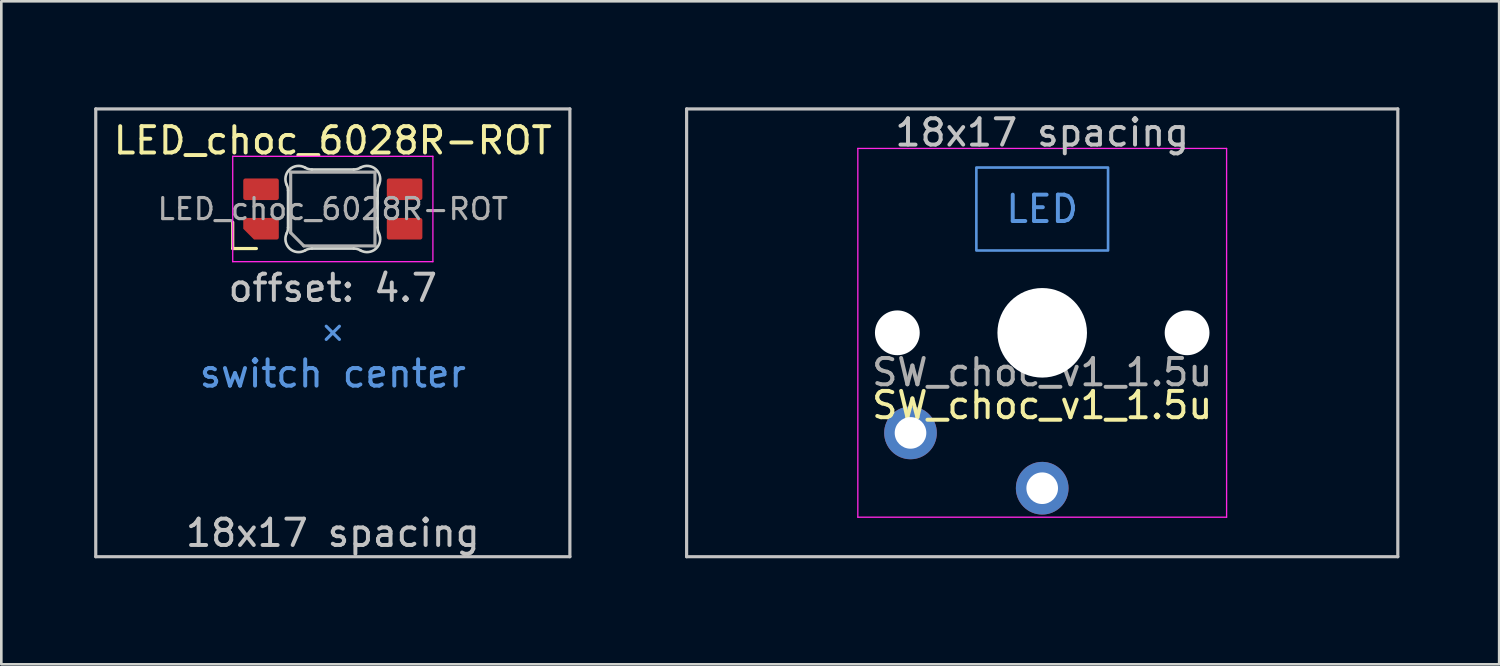
<source format=kicad_pcb>
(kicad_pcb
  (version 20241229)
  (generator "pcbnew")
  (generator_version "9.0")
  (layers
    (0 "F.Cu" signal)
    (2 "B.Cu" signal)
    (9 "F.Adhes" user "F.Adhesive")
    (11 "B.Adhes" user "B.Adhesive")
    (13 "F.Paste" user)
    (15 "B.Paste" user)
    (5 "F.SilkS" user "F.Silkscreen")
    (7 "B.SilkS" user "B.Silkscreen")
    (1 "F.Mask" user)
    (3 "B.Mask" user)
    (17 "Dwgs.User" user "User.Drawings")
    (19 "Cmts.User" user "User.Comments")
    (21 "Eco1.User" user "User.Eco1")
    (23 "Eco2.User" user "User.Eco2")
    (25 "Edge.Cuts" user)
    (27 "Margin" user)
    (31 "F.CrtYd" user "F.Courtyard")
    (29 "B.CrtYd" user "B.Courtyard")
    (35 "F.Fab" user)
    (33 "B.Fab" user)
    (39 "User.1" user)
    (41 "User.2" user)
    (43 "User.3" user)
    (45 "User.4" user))
  (footprint "LED_choc_6028R-ROT"
    (layer "F.Cu")
    (at 9.585 4.885)
    (property "Reference" "LED_choc_6028R-ROT" (at 0 -2.6 180) (layer "F.SilkS") (effects (font (size 1 1) (thickness 0.15))))
    (attr smd)
    (fp_line (start -3.8 0.5) (end -3.8 1.5) (stroke (width 0.12) (type solid)) (layer "F.SilkS"))
    (fp_line (start -3.8 1.5) (end -2.9 1.5) (stroke (width 0.12) (type solid)) (layer "F.SilkS"))
    (fp_line (start -9 -3.8) (end -9 13.2) (stroke (width 0.12) (type solid)) (layer "Dwgs.User"))
    (fp_line (start -9 13.2) (end 9 13.2) (stroke (width 0.12) (type solid)) (layer "Dwgs.User"))
    (fp_line (start 9 -3.8) (end -9 -3.8) (stroke (width 0.12) (type solid)) (layer "Dwgs.User"))
    (fp_line (start 9 13.2) (end 9 -3.8) (stroke (width 0.12) (type solid)) (layer "Dwgs.User"))
    (fp_line (start -0.25 4.45) (end 0 4.7) (stroke (width 0.12) (type solid)) (layer "Cmts.User"))
    (fp_line (start 0 4.7) (end -0.25 4.95) (stroke (width 0.12) (type solid)) (layer "Cmts.User"))
    (fp_line (start 0 4.7) (end 0.25 4.95) (stroke (width 0.12) (type solid)) (layer "Cmts.User"))
    (fp_line (start 0.25 4.45) (end 0 4.7) (stroke (width 0.12) (type solid)) (layer "Cmts.User"))
    (fp_line (start -9.525 -4.825) (end 9.525 -4.825) (stroke (width 0.12) (type solid)) (layer "Eco1.User"))
    (fp_line (start -9.525 14.225) (end -9.525 -4.825) (stroke (width 0.12) (type solid)) (layer "Eco1.User"))
    (fp_line (start 9.525 -4.825) (end 9.525 14.225) (stroke (width 0.12) (type solid)) (layer "Eco1.User"))
    (fp_line (start 9.525 14.225) (end -9.525 14.225) (stroke (width 0.12) (type solid)) (layer "Eco1.User"))
    (fp_line (start -1.7 -0.703) (end -1.7 0.703) (stroke (width 0.1) (type solid)) (layer "Edge.Cuts"))
    (fp_line (start -0.794 1.5) (end 0.794 1.5) (stroke (width 0.1) (type solid)) (layer "Edge.Cuts"))
    (fp_line (start 0.794 -1.5) (end -0.794 -1.5) (stroke (width 0.1) (type solid)) (layer "Edge.Cuts"))
    (fp_line (start 1.7 0.703) (end 1.7 -0.703) (stroke (width 0.1) (type solid)) (layer "Edge.Cuts"))
    (fp_arc (start -1.749484 -0.919721) (mid -1.712527 -0.814069) (end -1.699999 -0.702844) (stroke (width 0.1) (type solid)) (layer "Edge.Cuts"))
    (fp_arc (start -1.749484 -0.919721) (mid -1.63807 -1.504035) (end -1.046711 -1.568299) (stroke (width 0.1) (type solid)) (layer "Edge.Cuts"))
    (fp_arc (start -1.699999 0.702841) (mid -1.712527 0.814067) (end -1.749484 0.919719) (stroke (width 0.1) (type solid)) (layer "Edge.Cuts"))
    (fp_arc (start -1.046711 1.568298) (mid -1.638072 1.504034) (end -1.749484 0.919718) (stroke (width 0.1) (type solid)) (layer "Edge.Cuts"))
    (fp_arc (start -1.046711 1.568298) (mid -0.925123 1.517376) (end -0.794452 1.499999) (stroke (width 0.1) (type solid)) (layer "Edge.Cuts"))
    (fp_arc (start -0.794453 -1.5) (mid -0.925123 -1.517377) (end -1.046711 -1.568299) (stroke (width 0.1) (type solid)) (layer "Edge.Cuts"))
    (fp_arc (start 0.794452 1.499999) (mid 0.925122 1.517376) (end 1.04671 1.568298) (stroke (width 0.1) (type solid)) (layer "Edge.Cuts"))
    (fp_arc (start 1.046711 -1.5683) (mid 0.925123 -1.517378) (end 0.794453 -1.500001) (stroke (width 0.1) (type solid)) (layer "Edge.Cuts"))
    (fp_arc (start 1.046711 -1.5683) (mid 1.638071 -1.504036) (end 1.749484 -0.919721) (stroke (width 0.1) (type solid)) (layer "Edge.Cuts"))
    (fp_arc (start 1.699999 -0.702843) (mid 1.712527 -0.814069) (end 1.749484 -0.919721) (stroke (width 0.1) (type solid)) (layer "Edge.Cuts"))
    (fp_arc (start 1.749484 0.919719) (mid 1.63807 1.504033) (end 1.046711 1.568296) (stroke (width 0.1) (type solid)) (layer "Edge.Cuts"))
    (fp_arc (start 1.749484 0.919719) (mid 1.712527 0.814067) (end 1.699999 0.702842) (stroke (width 0.1) (type solid)) (layer "Edge.Cuts"))
    (fp_line (start -3.8 -2) (end 3.8 -2) (stroke (width 0.05) (type solid)) (layer "F.CrtYd"))
    (fp_line (start -3.8 2) (end -3.8 -2) (stroke (width 0.05) (type solid)) (layer "F.CrtYd"))
    (fp_line (start 3.8 -2) (end 3.8 2) (stroke (width 0.05) (type solid)) (layer "F.CrtYd"))
    (fp_line (start 3.8 2) (end -3.8 2) (stroke (width 0.05) (type solid)) (layer "F.CrtYd"))
    (fp_line (start -1.6 -1.4) (end 1.6 -1.4) (stroke (width 0.12) (type solid)) (layer "F.Fab"))
    (fp_line (start -1.6 0.9) (end -1.6 -1.4) (stroke (width 0.12) (type solid)) (layer "F.Fab"))
    (fp_line (start -1.6 0.9) (end -1.1 1.4) (stroke (width 0.12) (type solid)) (layer "F.Fab"))
    (fp_line (start 1.6 -1.4) (end 1.6 1.4) (stroke (width 0.12) (type solid)) (layer "F.Fab"))
    (fp_line (start 1.6 1.4) (end -1.1 1.4) (stroke (width 0.12) (type solid)) (layer "F.Fab"))
    (fp_text user "offset: 4.7" (at 0 3 180) (layer "Dwgs.User") (effects (font (size 1 1) (thickness 0.15))))
    (fp_text user "18x17 spacing" (at 0 12.3 180) (layer "Dwgs.User") (effects (font (size 1 1) (thickness 0.15))))
    (fp_text user "switch center" (at 0 6.25 180) (layer "Cmts.User") (effects (font (size 1 1) (thickness 0.15))))
    (fp_text user "19.05 spacing" (at 0 13.4 180) (layer "Eco1.User") (effects (font (size 1 1) (thickness 0.15))))
    (fp_text user "${REFERENCE}" (at 0 0 0) (layer "F.Fab") (effects (font (size 0.8 0.8) (thickness 0.12))))
    (pad "1" smd roundrect (at 2.725 -0.75 90) (size 0.82 1.35) (layers "F.Cu" "F.Mask" "F.Paste") (roundrect_rratio 0.1))
    (pad "2" smd roundrect (at 2.725 0.75 90) (size 0.82 1.35) (layers "F.Cu" "F.Mask" "F.Paste") (roundrect_rratio 0.1))
    (pad "3" smd roundrect (at -2.725 -0.75 90) (size 0.82 1.35) (layers "F.Cu" "F.Mask" "F.Paste") (roundrect_rratio 0.1))
    (pad "4" smd roundrect (at -2.725 0.75 90) (size 0.82 1.35) (layers "F.Cu" "F.Mask" "F.Paste") (roundrect_rratio 0.1) (chamfer_ratio 0.5) (chamfer top_left)))
  (footprint "SW_choc_v1_1.5u"
    (layer "F.Cu")
    (at 36.517 9.585)
    (property "Reference" "SW_choc_v1_1.5u" (at 0 2.75 0) (layer "F.SilkS") (effects (font (size 1 1) (thickness 0.15))))
    (attr through_hole exclude_from_pos_files exclude_from_bom)
    (fp_line (start -13.5 -8.5) (end 13.5 -8.5) (stroke (width 0.12) (type solid)) (layer "Dwgs.User"))
    (fp_line (start -13.5 8.5) (end -13.5 -8.5) (stroke (width 0.12) (type solid)) (layer "Dwgs.User"))
    (fp_line (start 13.5 -8.5) (end 13.5 8.5) (stroke (width 0.12) (type solid)) (layer "Dwgs.User"))
    (fp_line (start 13.5 8.5) (end -13.5 8.5) (stroke (width 0.12) (type solid)) (layer "Dwgs.User"))
    (fp_rect (start -2.5 -6.275) (end 2.5 -3.125) (stroke (width 0.1) (type default)) (fill no) (layer "Cmts.User"))
    (fp_line (start -14.287 -9.525) (end -14.287 9.525) (stroke (width 0.12) (type solid)) (layer "Eco1.User"))
    (fp_line (start -14.287 9.525) (end 14.287 9.525) (stroke (width 0.12) (type solid)) (layer "Eco1.User"))
    (fp_line (start 14.287 -9.525) (end -14.287 -9.525) (stroke (width 0.12) (type solid)) (layer "Eco1.User"))
    (fp_line (start 14.287 9.525) (end 14.287 -9.525) (stroke (width 0.12) (type solid)) (layer "Eco1.User"))
    (fp_line (start -6.95 6.45) (end -6.95 -6.45) (stroke (width 0.05) (type solid)) (layer "Eco2.User"))
    (fp_line (start -6.45 -6.95) (end 6.45 -6.95) (stroke (width 0.05) (type solid)) (layer "Eco2.User"))
    (fp_line (start 6.45 6.95) (end -6.45 6.95) (stroke (width 0.05) (type solid)) (layer "Eco2.User"))
    (fp_line (start 6.95 -6.45) (end 6.95 6.45) (stroke (width 0.05) (type solid)) (layer "Eco2.User"))
    (fp_arc (start -6.95 -6.45) (mid -6.803553 -6.803553) (end -6.45 -6.95) (stroke (width 0.05) (type solid)) (layer "Eco2.User"))
    (fp_arc (start -6.45 6.95) (mid -6.803553 6.803553) (end -6.95 6.45) (stroke (width 0.05) (type solid)) (layer "Eco2.User"))
    (fp_arc (start 6.45 -6.95) (mid 6.803553 -6.803553) (end 6.95 -6.45) (stroke (width 0.05) (type solid)) (layer "Eco2.User"))
    (fp_arc (start 6.95 6.45) (mid 6.803553 6.803553) (end 6.45 6.95) (stroke (width 0.05) (type solid)) (layer "Eco2.User"))
    (fp_line (start -7 -7) (end 7 -7) (stroke (width 0.05) (type solid)) (layer "F.CrtYd"))
    (fp_line (start -7 7) (end -7 -7) (stroke (width 0.05) (type solid)) (layer "F.CrtYd"))
    (fp_line (start 7 -7) (end 7 7) (stroke (width 0.05) (type solid)) (layer "F.CrtYd"))
    (fp_line (start 7 7) (end -7 7) (stroke (width 0.05) (type solid)) (layer "F.CrtYd"))
    (fp_text user "18x17 spacing" (at 0 -7.6 0) (layer "Dwgs.User") (effects (font (size 1 1) (thickness 0.15))))
    (fp_text user "LED" (at 0 -4.7 0) (unlocked yes) (layer "Cmts.User") (effects (font (size 1 1) (thickness 0.15))))
    (fp_text user "19.05 spacing" (at 0 -8.7 0) (layer "Eco1.User") (effects (font (size 1 1) (thickness 0.15))))
    (fp_text user "${REFERENCE}" (at 0 1.5 0) (layer "F.Fab") (effects (font (size 1 1) (thickness 0.15))))
    (pad "" np_thru_hole circle (at -5.5 0 180) (size 1.7 1.7) (drill 1.7) (layers "*.Cu" "*.Mask"))
    (pad "" np_thru_hole circle (at 0 0 180) (size 3.4 3.4) (drill 3.4) (layers "*.Cu" "*.Mask"))
    (pad "" np_thru_hole circle (at 5.5 0 180) (size 1.7 1.7) (drill 1.7) (layers "*.Cu" "*.Mask"))
    (pad "1" thru_hole circle (at -5 3.8 180) (size 2 2) (drill 1.2) (layers "*.Cu" "B.Mask"))
    (pad "2" thru_hole circle (at 0 5.9 180) (size 2 2) (drill 1.2) (layers "*.Cu" "B.Mask")))
  (gr_rect
    (start -3 -3)
    (end 53.865 22.17)
    (stroke (width 0.1) (type default))
    (fill no)
    (layer "Edge.Cuts")))
</source>
